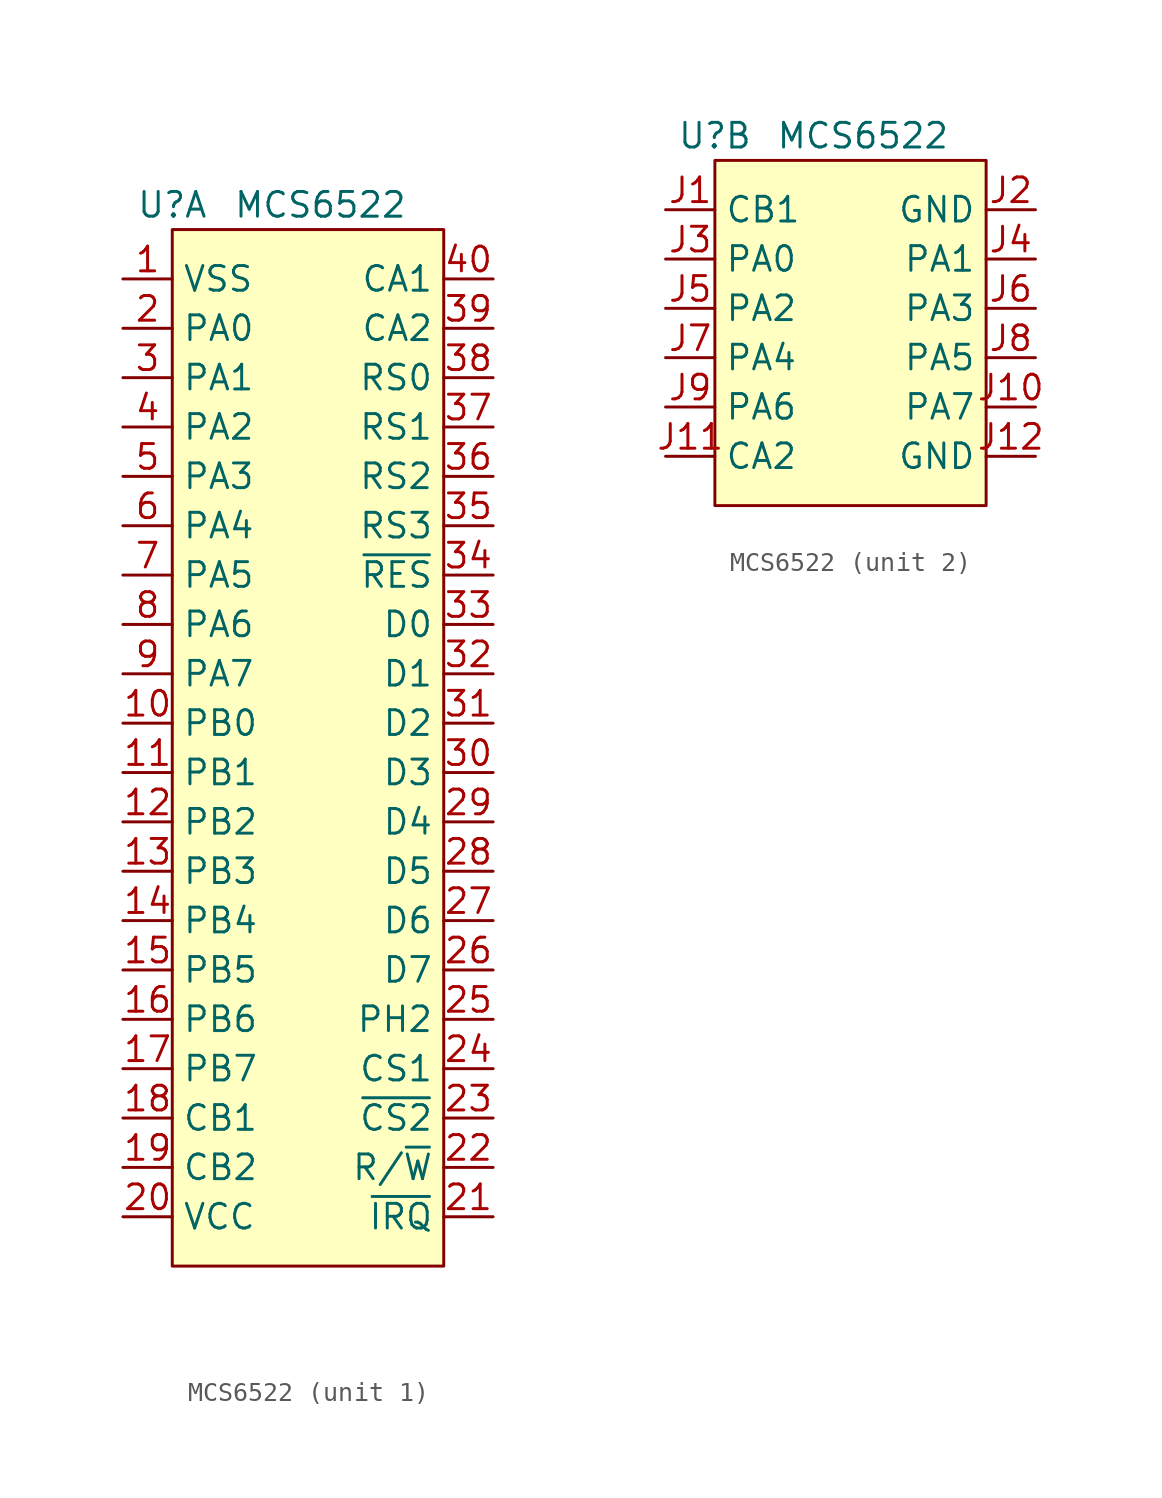
<source format=kicad_sym>
(kicad_symbol_lib
  (version 20211014)
  (generator kicad_symbol_editor)
  (symbol "MCS6522"
    (property "Reference" "U"
      (at 0 3.81 0)
      (effects (font (size 1.27 1.27))))
    (property "Value" "MCS6522"
      (at 7.62 3.81 0)
      (effects (font (size 1.27 1.27))))
    (property "ki_locked" ""
      (at 0 0 0)
      (effects (font (size 1.27 1.27))))
    (symbol "MCS6522_1_1"
      (rectangle (start 0 2.54) (end 13.97 -50.8) (stroke (width 0) (type default) (color 0 0 0 0)) (fill (type background)))
      (pin power_in line (at -2.54 0 0) (length 2.54) (name "VSS" (effects (font (size 1.27 1.27)))) (number "1" (effects (font (size 1.27 1.27)))))
      (pin bidirectional line (at -2.54 -22.86 0) (length 2.54) (name "PB0" (effects (font (size 1.27 1.27)))) (number "10" (effects (font (size 1.27 1.27)))))
      (pin bidirectional line (at -2.54 -25.4 0) (length 2.54) (name "PB1" (effects (font (size 1.27 1.27)))) (number "11" (effects (font (size 1.27 1.27)))))
      (pin bidirectional line (at -2.54 -27.94 0) (length 2.54) (name "PB2" (effects (font (size 1.27 1.27)))) (number "12" (effects (font (size 1.27 1.27)))))
      (pin bidirectional line (at -2.54 -30.48 0) (length 2.54) (name "PB3" (effects (font (size 1.27 1.27)))) (number "13" (effects (font (size 1.27 1.27)))))
      (pin bidirectional line (at -2.54 -33.02 0) (length 2.54) (name "PB4" (effects (font (size 1.27 1.27)))) (number "14" (effects (font (size 1.27 1.27)))))
      (pin bidirectional line (at -2.54 -35.56 0) (length 2.54) (name "PB5" (effects (font (size 1.27 1.27)))) (number "15" (effects (font (size 1.27 1.27)))))
      (pin bidirectional line (at -2.54 -38.1 0) (length 2.54) (name "PB6" (effects (font (size 1.27 1.27)))) (number "16" (effects (font (size 1.27 1.27)))))
      (pin bidirectional line (at -2.54 -40.64 0) (length 2.54) (name "PB7" (effects (font (size 1.27 1.27)))) (number "17" (effects (font (size 1.27 1.27)))))
      (pin bidirectional line (at -2.54 -43.18 0) (length 2.54) (name "CB1" (effects (font (size 1.27 1.27)))) (number "18" (effects (font (size 1.27 1.27)))))
      (pin bidirectional line (at -2.54 -45.72 0) (length 2.54) (name "CB2" (effects (font (size 1.27 1.27)))) (number "19" (effects (font (size 1.27 1.27)))))
      (pin bidirectional line (at -2.54 -2.54 0) (length 2.54) (name "PA0" (effects (font (size 1.27 1.27)))) (number "2" (effects (font (size 1.27 1.27)))))
      (pin power_in line (at -2.54 -48.26 0) (length 2.54) (name "VCC" (effects (font (size 1.27 1.27)))) (number "20" (effects (font (size 1.27 1.27)))))
      (pin open_emitter line (at 16.51 -48.26 180) (length 2.54) (name "~{IRQ}" (effects (font (size 1.27 1.27)))) (number "21" (effects (font (size 1.27 1.27)))))
      (pin input line (at 16.51 -45.72 180) (length 2.54) (name "R/~{W}" (effects (font (size 1.27 1.27)))) (number "22" (effects (font (size 1.27 1.27)))))
      (pin input line (at 16.51 -43.18 180) (length 2.54) (name "~{CS2}" (effects (font (size 1.27 1.27)))) (number "23" (effects (font (size 1.27 1.27)))))
      (pin input line (at 16.51 -40.64 180) (length 2.54) (name "CS1" (effects (font (size 1.27 1.27)))) (number "24" (effects (font (size 1.27 1.27)))))
      (pin input line (at 16.51 -38.1 180) (length 2.54) (name "PH2" (effects (font (size 1.27 1.27)))) (number "25" (effects (font (size 1.27 1.27)))))
      (pin bidirectional line (at 16.51 -35.56 180) (length 2.54) (name "D7" (effects (font (size 1.27 1.27)))) (number "26" (effects (font (size 1.27 1.27)))))
      (pin bidirectional line (at 16.51 -33.02 180) (length 2.54) (name "D6" (effects (font (size 1.27 1.27)))) (number "27" (effects (font (size 1.27 1.27)))))
      (pin bidirectional line (at 16.51 -30.48 180) (length 2.54) (name "D5" (effects (font (size 1.27 1.27)))) (number "28" (effects (font (size 1.27 1.27)))))
      (pin bidirectional line (at 16.51 -27.94 180) (length 2.54) (name "D4" (effects (font (size 1.27 1.27)))) (number "29" (effects (font (size 1.27 1.27)))))
      (pin bidirectional line (at -2.54 -5.08 0) (length 2.54) (name "PA1" (effects (font (size 1.27 1.27)))) (number "3" (effects (font (size 1.27 1.27)))))
      (pin bidirectional line (at 16.51 -25.4 180) (length 2.54) (name "D3" (effects (font (size 1.27 1.27)))) (number "30" (effects (font (size 1.27 1.27)))))
      (pin bidirectional line (at 16.51 -22.86 180) (length 2.54) (name "D2" (effects (font (size 1.27 1.27)))) (number "31" (effects (font (size 1.27 1.27)))))
      (pin bidirectional line (at 16.51 -20.32 180) (length 2.54) (name "D1" (effects (font (size 1.27 1.27)))) (number "32" (effects (font (size 1.27 1.27)))))
      (pin bidirectional line (at 16.51 -17.78 180) (length 2.54) (name "D0" (effects (font (size 1.27 1.27)))) (number "33" (effects (font (size 1.27 1.27)))))
      (pin input line (at 16.51 -15.24 180) (length 2.54) (name "~{RES}" (effects (font (size 1.27 1.27)))) (number "34" (effects (font (size 1.27 1.27)))))
      (pin input line (at 16.51 -12.7 180) (length 2.54) (name "RS3" (effects (font (size 1.27 1.27)))) (number "35" (effects (font (size 1.27 1.27)))))
      (pin input line (at 16.51 -10.16 180) (length 2.54) (name "RS2" (effects (font (size 1.27 1.27)))) (number "36" (effects (font (size 1.27 1.27)))))
      (pin input line (at 16.51 -7.62 180) (length 2.54) (name "RS1" (effects (font (size 1.27 1.27)))) (number "37" (effects (font (size 1.27 1.27)))))
      (pin input line (at 16.51 -5.08 180) (length 2.54) (name "RS0" (effects (font (size 1.27 1.27)))) (number "38" (effects (font (size 1.27 1.27)))))
      (pin bidirectional line (at 16.51 -2.54 180) (length 2.54) (name "CA2" (effects (font (size 1.27 1.27)))) (number "39" (effects (font (size 1.27 1.27)))))
      (pin bidirectional line (at -2.54 -7.62 0) (length 2.54) (name "PA2" (effects (font (size 1.27 1.27)))) (number "4" (effects (font (size 1.27 1.27)))))
      (pin input line (at 16.51 0 180) (length 2.54) (name "CA1" (effects (font (size 1.27 1.27)))) (number "40" (effects (font (size 1.27 1.27)))))
      (pin bidirectional line (at -2.54 -10.16 0) (length 2.54) (name "PA3" (effects (font (size 1.27 1.27)))) (number "5" (effects (font (size 1.27 1.27)))))
      (pin bidirectional line (at -2.54 -12.7 0) (length 2.54) (name "PA4" (effects (font (size 1.27 1.27)))) (number "6" (effects (font (size 1.27 1.27)))))
      (pin bidirectional line (at -2.54 -15.24 0) (length 2.54) (name "PA5" (effects (font (size 1.27 1.27)))) (number "7" (effects (font (size 1.27 1.27)))))
      (pin bidirectional line (at -2.54 -17.78 0) (length 2.54) (name "PA6" (effects (font (size 1.27 1.27)))) (number "8" (effects (font (size 1.27 1.27)))))
      (pin bidirectional line (at -2.54 -20.32 0) (length 2.54) (name "PA7" (effects (font (size 1.27 1.27)))) (number "9" (effects (font (size 1.27 1.27))))))
    (symbol "MCS6522_2_1"
      (rectangle (start 0 2.54) (end 13.97 -15.24) (stroke (width 0) (type default) (color 0 0 0 0)) (fill (type background)))
      (pin passive line (at -2.54 0 0) (length 2.54) (name "CB1" (effects (font (size 1.27 1.27)))) (number "J1" (effects (font (size 1.27 1.27)))))
      (pin passive line (at 16.51 -10.16 180) (length 2.54) (name "PA7" (effects (font (size 1.27 1.27)))) (number "J10" (effects (font (size 1.27 1.27)))))
      (pin passive line (at -2.54 -12.7 0) (length 2.54) (name "CA2" (effects (font (size 1.27 1.27)))) (number "J11" (effects (font (size 1.27 1.27)))))
      (pin passive line (at 16.51 -12.7 180) (length 2.54) (name "GND" (effects (font (size 1.27 1.27)))) (number "J12" (effects (font (size 1.27 1.27)))))
      (pin passive line (at 16.51 0 180) (length 2.54) (name "GND" (effects (font (size 1.27 1.27)))) (number "J2" (effects (font (size 1.27 1.27)))))
      (pin passive line (at -2.54 -2.54 0) (length 2.54) (name "PA0" (effects (font (size 1.27 1.27)))) (number "J3" (effects (font (size 1.27 1.27)))))
      (pin passive line (at 16.51 -2.54 180) (length 2.54) (name "PA1" (effects (font (size 1.27 1.27)))) (number "J4" (effects (font (size 1.27 1.27)))))
      (pin passive line (at -2.54 -5.08 0) (length 2.54) (name "PA2" (effects (font (size 1.27 1.27)))) (number "J5" (effects (font (size 1.27 1.27)))))
      (pin passive line (at 16.51 -5.08 180) (length 2.54) (name "PA3" (effects (font (size 1.27 1.27)))) (number "J6" (effects (font (size 1.27 1.27)))))
      (pin passive line (at -2.54 -7.62 0) (length 2.54) (name "PA4" (effects (font (size 1.27 1.27)))) (number "J7" (effects (font (size 1.27 1.27)))))
      (pin passive line (at 16.51 -7.62 180) (length 2.54) (name "PA5" (effects (font (size 1.27 1.27)))) (number "J8" (effects (font (size 1.27 1.27)))))
      (pin passive line (at -2.54 -10.16 0) (length 2.54) (name "PA6" (effects (font (size 1.27 1.27)))) (number "J9" (effects (font (size 1.27 1.27))))))))
</source>
